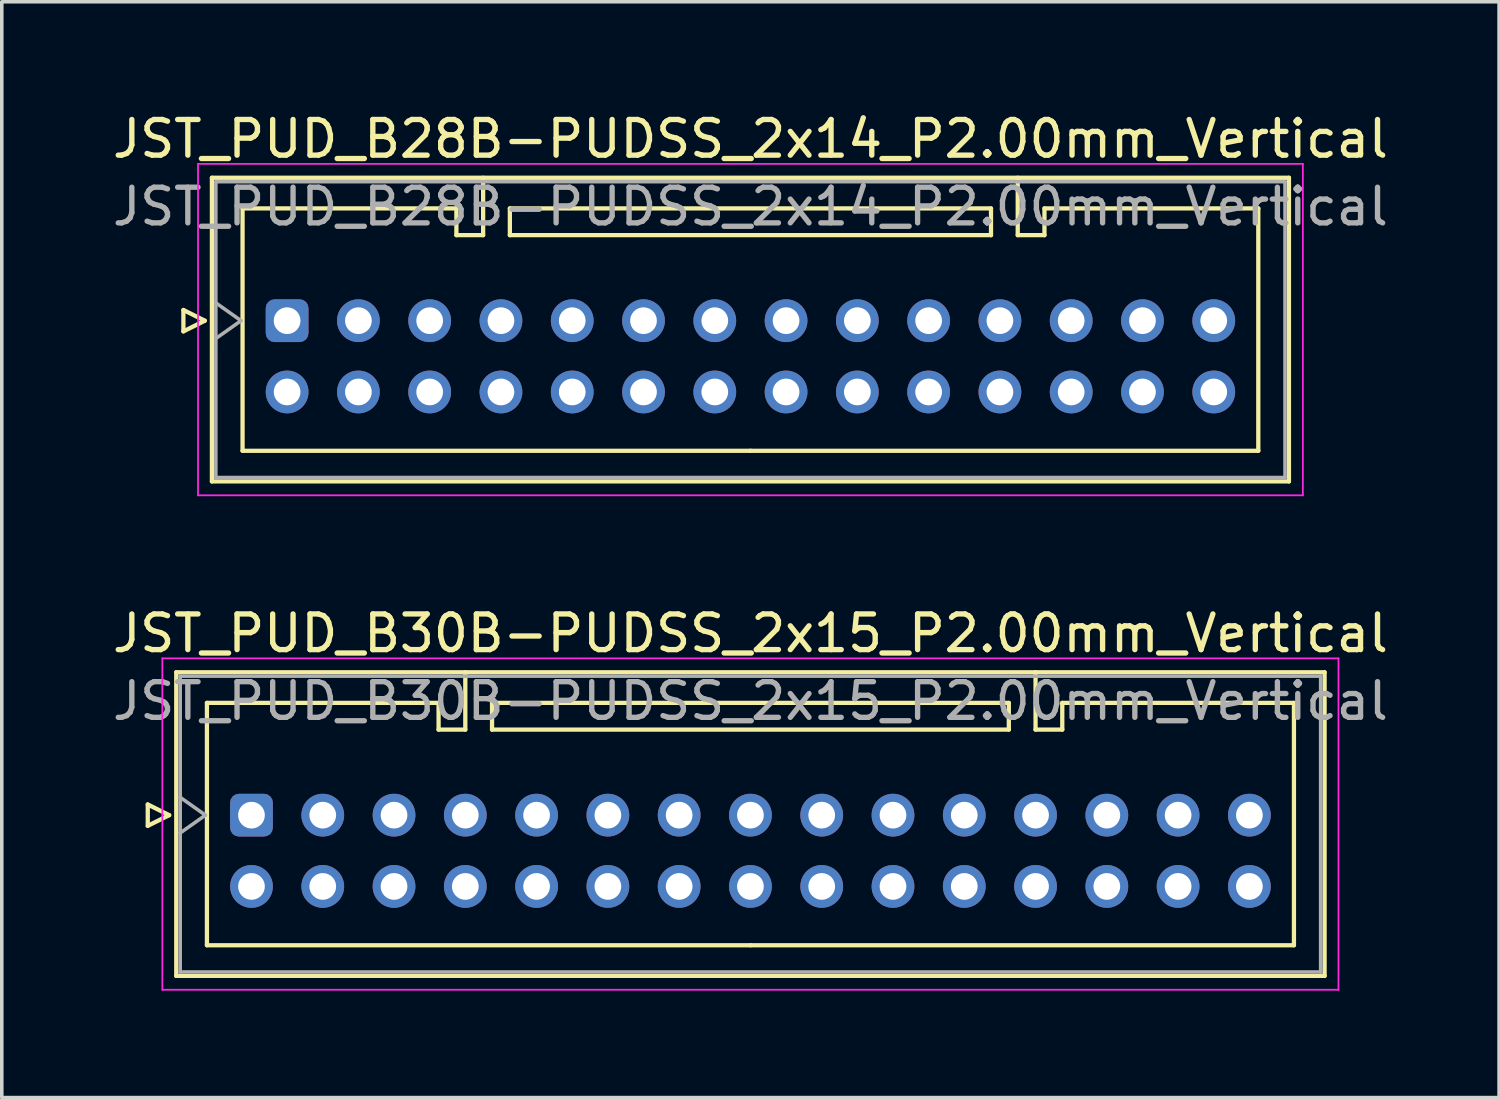
<source format=kicad_pcb>
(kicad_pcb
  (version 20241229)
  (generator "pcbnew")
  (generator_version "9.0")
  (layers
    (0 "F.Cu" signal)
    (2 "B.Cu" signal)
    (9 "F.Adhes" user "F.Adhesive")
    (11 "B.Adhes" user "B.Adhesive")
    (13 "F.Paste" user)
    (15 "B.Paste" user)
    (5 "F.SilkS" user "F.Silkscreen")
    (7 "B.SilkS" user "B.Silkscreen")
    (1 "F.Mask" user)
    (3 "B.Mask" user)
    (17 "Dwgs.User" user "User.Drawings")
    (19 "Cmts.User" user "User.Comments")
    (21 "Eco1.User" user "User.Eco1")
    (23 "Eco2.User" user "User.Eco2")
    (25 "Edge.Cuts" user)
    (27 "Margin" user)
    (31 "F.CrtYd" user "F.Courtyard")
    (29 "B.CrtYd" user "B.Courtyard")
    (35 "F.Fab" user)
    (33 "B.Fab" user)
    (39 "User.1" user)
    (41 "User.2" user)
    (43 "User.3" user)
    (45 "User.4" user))
  (footprint "JST_PUD_B30B-PUDSS_2x15_P2.00mm_Vertical"
    (layer "F.Cu")
    (at 4.006 19.822)
    (property "Reference" "JST_PUD_B30B-PUDSS_2x15_P2.00mm_Vertical" (at 14 -5.1 0) (layer "F.SilkS") (effects (font (size 1 1) (thickness 0.15))))
    (attr through_hole)
    (fp_line (start -2.91 -0.3) (end -2.31 0) (stroke (width 0.12) (type solid)) (layer "F.SilkS"))
    (fp_line (start -2.91 0.3) (end -2.91 -0.3) (stroke (width 0.12) (type solid)) (layer "F.SilkS"))
    (fp_line (start -2.31 0) (end -2.91 0.3) (stroke (width 0.12) (type solid)) (layer "F.SilkS"))
    (fp_line (start -2.11 -4.01) (end -2.11 4.51) (stroke (width 0.12) (type solid)) (layer "F.SilkS"))
    (fp_line (start -2.11 4.51) (end 30.11 4.51) (stroke (width 0.12) (type solid)) (layer "F.SilkS"))
    (fp_line (start -1.25 -3.15) (end -1.25 3.65) (stroke (width 0.12) (type solid)) (layer "F.SilkS"))
    (fp_line (start -1.25 3.65) (end 14 3.65) (stroke (width 0.12) (type solid)) (layer "F.SilkS"))
    (fp_line (start 5.25 -3.15) (end -1.25 -3.15) (stroke (width 0.12) (type solid)) (layer "F.SilkS"))
    (fp_line (start 5.25 -2.4) (end 5.25 -3.15) (stroke (width 0.12) (type solid)) (layer "F.SilkS"))
    (fp_line (start 6 -4.01) (end 6 -2.4) (stroke (width 0.12) (type solid)) (layer "F.SilkS"))
    (fp_line (start 6 -2.4) (end 5.25 -2.4) (stroke (width 0.12) (type solid)) (layer "F.SilkS"))
    (fp_line (start 6.75 -3.15) (end 6.75 -2.4) (stroke (width 0.12) (type solid)) (layer "F.SilkS"))
    (fp_line (start 6.75 -2.4) (end 21.25 -2.4) (stroke (width 0.12) (type solid)) (layer "F.SilkS"))
    (fp_line (start 21.25 -3.15) (end 6.75 -3.15) (stroke (width 0.12) (type solid)) (layer "F.SilkS"))
    (fp_line (start 21.25 -2.4) (end 21.25 -3.15) (stroke (width 0.12) (type solid)) (layer "F.SilkS"))
    (fp_line (start 22 -4.01) (end 22 -2.4) (stroke (width 0.12) (type solid)) (layer "F.SilkS"))
    (fp_line (start 22 -2.4) (end 22.75 -2.4) (stroke (width 0.12) (type solid)) (layer "F.SilkS"))
    (fp_line (start 22.75 -3.15) (end 29.25 -3.15) (stroke (width 0.12) (type solid)) (layer "F.SilkS"))
    (fp_line (start 22.75 -2.4) (end 22.75 -3.15) (stroke (width 0.12) (type solid)) (layer "F.SilkS"))
    (fp_line (start 29.25 -3.15) (end 29.25 3.65) (stroke (width 0.12) (type solid)) (layer "F.SilkS"))
    (fp_line (start 29.25 3.65) (end 14 3.65) (stroke (width 0.12) (type solid)) (layer "F.SilkS"))
    (fp_line (start 30.11 -4.01) (end -2.11 -4.01) (stroke (width 0.12) (type solid)) (layer "F.SilkS"))
    (fp_line (start 30.11 4.51) (end 30.11 -4.01) (stroke (width 0.12) (type solid)) (layer "F.SilkS"))
    (fp_line (start -2.5 -4.4) (end -2.5 4.9) (stroke (width 0.05) (type solid)) (layer "F.CrtYd"))
    (fp_line (start -2.5 4.9) (end 30.5 4.9) (stroke (width 0.05) (type solid)) (layer "F.CrtYd"))
    (fp_line (start 30.5 -4.4) (end -2.5 -4.4) (stroke (width 0.05) (type solid)) (layer "F.CrtYd"))
    (fp_line (start 30.5 4.9) (end 30.5 -4.4) (stroke (width 0.05) (type solid)) (layer "F.CrtYd"))
    (fp_line (start -2 -3.9) (end -2 4.4) (stroke (width 0.1) (type solid)) (layer "F.Fab"))
    (fp_line (start -2 0.5) (end -1.293 0) (stroke (width 0.1) (type solid)) (layer "F.Fab"))
    (fp_line (start -2 4.4) (end 30 4.4) (stroke (width 0.1) (type solid)) (layer "F.Fab"))
    (fp_line (start -1.293 0) (end -2 -0.5) (stroke (width 0.1) (type solid)) (layer "F.Fab"))
    (fp_line (start 30 -3.9) (end -2 -3.9) (stroke (width 0.1) (type solid)) (layer "F.Fab"))
    (fp_line (start 30 4.4) (end 30 -3.9) (stroke (width 0.1) (type solid)) (layer "F.Fab"))
    (fp_text user "${REFERENCE}" (at 14 -3.2 0) (layer "F.Fab") (effects (font (size 1 1) (thickness 0.15))))
    (pad "1" thru_hole roundrect (at 0 0) (size 1.2 1.2) (drill 0.75) (layers "*.Cu" "*.Mask") (roundrect_rratio 0.208))
    (pad "2" thru_hole circle (at 0 2) (size 1.2 1.2) (drill 0.75) (layers "*.Cu" "*.Mask"))
    (pad "3" thru_hole circle (at 2 0) (size 1.2 1.2) (drill 0.75) (layers "*.Cu" "*.Mask"))
    (pad "4" thru_hole circle (at 2 2) (size 1.2 1.2) (drill 0.75) (layers "*.Cu" "*.Mask"))
    (pad "5" thru_hole circle (at 4 0) (size 1.2 1.2) (drill 0.75) (layers "*.Cu" "*.Mask"))
    (pad "6" thru_hole circle (at 4 2) (size 1.2 1.2) (drill 0.75) (layers "*.Cu" "*.Mask"))
    (pad "7" thru_hole circle (at 6 0) (size 1.2 1.2) (drill 0.75) (layers "*.Cu" "*.Mask"))
    (pad "8" thru_hole circle (at 6 2) (size 1.2 1.2) (drill 0.75) (layers "*.Cu" "*.Mask"))
    (pad "9" thru_hole circle (at 8 0) (size 1.2 1.2) (drill 0.75) (layers "*.Cu" "*.Mask"))
    (pad "10" thru_hole circle (at 8 2) (size 1.2 1.2) (drill 0.75) (layers "*.Cu" "*.Mask"))
    (pad "11" thru_hole circle (at 10 0) (size 1.2 1.2) (drill 0.75) (layers "*.Cu" "*.Mask"))
    (pad "12" thru_hole circle (at 10 2) (size 1.2 1.2) (drill 0.75) (layers "*.Cu" "*.Mask"))
    (pad "13" thru_hole circle (at 12 0) (size 1.2 1.2) (drill 0.75) (layers "*.Cu" "*.Mask"))
    (pad "14" thru_hole circle (at 12 2) (size 1.2 1.2) (drill 0.75) (layers "*.Cu" "*.Mask"))
    (pad "15" thru_hole circle (at 14 0) (size 1.2 1.2) (drill 0.75) (layers "*.Cu" "*.Mask"))
    (pad "16" thru_hole circle (at 14 2) (size 1.2 1.2) (drill 0.75) (layers "*.Cu" "*.Mask"))
    (pad "17" thru_hole circle (at 16 0) (size 1.2 1.2) (drill 0.75) (layers "*.Cu" "*.Mask"))
    (pad "18" thru_hole circle (at 16 2) (size 1.2 1.2) (drill 0.75) (layers "*.Cu" "*.Mask"))
    (pad "19" thru_hole circle (at 18 0) (size 1.2 1.2) (drill 0.75) (layers "*.Cu" "*.Mask"))
    (pad "20" thru_hole circle (at 18 2) (size 1.2 1.2) (drill 0.75) (layers "*.Cu" "*.Mask"))
    (pad "21" thru_hole circle (at 20 0) (size 1.2 1.2) (drill 0.75) (layers "*.Cu" "*.Mask"))
    (pad "22" thru_hole circle (at 20 2) (size 1.2 1.2) (drill 0.75) (layers "*.Cu" "*.Mask"))
    (pad "23" thru_hole circle (at 22 0) (size 1.2 1.2) (drill 0.75) (layers "*.Cu" "*.Mask"))
    (pad "24" thru_hole circle (at 22 2) (size 1.2 1.2) (drill 0.75) (layers "*.Cu" "*.Mask"))
    (pad "25" thru_hole circle (at 24 0) (size 1.2 1.2) (drill 0.75) (layers "*.Cu" "*.Mask"))
    (pad "26" thru_hole circle (at 24 2) (size 1.2 1.2) (drill 0.75) (layers "*.Cu" "*.Mask"))
    (pad "27" thru_hole circle (at 26 0) (size 1.2 1.2) (drill 0.75) (layers "*.Cu" "*.Mask"))
    (pad "28" thru_hole circle (at 26 2) (size 1.2 1.2) (drill 0.75) (layers "*.Cu" "*.Mask"))
    (pad "29" thru_hole circle (at 28 0) (size 1.2 1.2) (drill 0.75) (layers "*.Cu" "*.Mask"))
    (pad "30" thru_hole circle (at 28 2) (size 1.2 1.2) (drill 0.75) (layers "*.Cu" "*.Mask")))
  (footprint "JST_PUD_B28B-PUDSS_2x14_P2.00mm_Vertical"
    (layer "F.Cu")
    (at 5.006 5.948)
    (property "Reference" "JST_PUD_B28B-PUDSS_2x14_P2.00mm_Vertical" (at 13 -5.1 0) (layer "F.SilkS") (effects (font (size 1 1) (thickness 0.15))))
    (attr through_hole)
    (fp_line (start -2.91 -0.3) (end -2.31 0) (stroke (width 0.12) (type solid)) (layer "F.SilkS"))
    (fp_line (start -2.91 0.3) (end -2.91 -0.3) (stroke (width 0.12) (type solid)) (layer "F.SilkS"))
    (fp_line (start -2.31 0) (end -2.91 0.3) (stroke (width 0.12) (type solid)) (layer "F.SilkS"))
    (fp_line (start -2.11 -4.01) (end -2.11 4.51) (stroke (width 0.12) (type solid)) (layer "F.SilkS"))
    (fp_line (start -2.11 4.51) (end 28.11 4.51) (stroke (width 0.12) (type solid)) (layer "F.SilkS"))
    (fp_line (start -1.25 -3.15) (end -1.25 3.65) (stroke (width 0.12) (type solid)) (layer "F.SilkS"))
    (fp_line (start -1.25 3.65) (end 13 3.65) (stroke (width 0.12) (type solid)) (layer "F.SilkS"))
    (fp_line (start 4.75 -3.15) (end -1.25 -3.15) (stroke (width 0.12) (type solid)) (layer "F.SilkS"))
    (fp_line (start 4.75 -2.4) (end 4.75 -3.15) (stroke (width 0.12) (type solid)) (layer "F.SilkS"))
    (fp_line (start 5.5 -4.01) (end 5.5 -2.4) (stroke (width 0.12) (type solid)) (layer "F.SilkS"))
    (fp_line (start 5.5 -2.4) (end 4.75 -2.4) (stroke (width 0.12) (type solid)) (layer "F.SilkS"))
    (fp_line (start 6.25 -3.15) (end 6.25 -2.4) (stroke (width 0.12) (type solid)) (layer "F.SilkS"))
    (fp_line (start 6.25 -2.4) (end 19.75 -2.4) (stroke (width 0.12) (type solid)) (layer "F.SilkS"))
    (fp_line (start 19.75 -3.15) (end 6.25 -3.15) (stroke (width 0.12) (type solid)) (layer "F.SilkS"))
    (fp_line (start 19.75 -2.4) (end 19.75 -3.15) (stroke (width 0.12) (type solid)) (layer "F.SilkS"))
    (fp_line (start 20.5 -4.01) (end 20.5 -2.4) (stroke (width 0.12) (type solid)) (layer "F.SilkS"))
    (fp_line (start 20.5 -2.4) (end 21.25 -2.4) (stroke (width 0.12) (type solid)) (layer "F.SilkS"))
    (fp_line (start 21.25 -3.15) (end 27.25 -3.15) (stroke (width 0.12) (type solid)) (layer "F.SilkS"))
    (fp_line (start 21.25 -2.4) (end 21.25 -3.15) (stroke (width 0.12) (type solid)) (layer "F.SilkS"))
    (fp_line (start 27.25 -3.15) (end 27.25 3.65) (stroke (width 0.12) (type solid)) (layer "F.SilkS"))
    (fp_line (start 27.25 3.65) (end 13 3.65) (stroke (width 0.12) (type solid)) (layer "F.SilkS"))
    (fp_line (start 28.11 -4.01) (end -2.11 -4.01) (stroke (width 0.12) (type solid)) (layer "F.SilkS"))
    (fp_line (start 28.11 4.51) (end 28.11 -4.01) (stroke (width 0.12) (type solid)) (layer "F.SilkS"))
    (fp_line (start -2.5 -4.4) (end -2.5 4.9) (stroke (width 0.05) (type solid)) (layer "F.CrtYd"))
    (fp_line (start -2.5 4.9) (end 28.5 4.9) (stroke (width 0.05) (type solid)) (layer "F.CrtYd"))
    (fp_line (start 28.5 -4.4) (end -2.5 -4.4) (stroke (width 0.05) (type solid)) (layer "F.CrtYd"))
    (fp_line (start 28.5 4.9) (end 28.5 -4.4) (stroke (width 0.05) (type solid)) (layer "F.CrtYd"))
    (fp_line (start -2 -3.9) (end -2 4.4) (stroke (width 0.1) (type solid)) (layer "F.Fab"))
    (fp_line (start -2 0.5) (end -1.293 0) (stroke (width 0.1) (type solid)) (layer "F.Fab"))
    (fp_line (start -2 4.4) (end 28 4.4) (stroke (width 0.1) (type solid)) (layer "F.Fab"))
    (fp_line (start -1.293 0) (end -2 -0.5) (stroke (width 0.1) (type solid)) (layer "F.Fab"))
    (fp_line (start 28 -3.9) (end -2 -3.9) (stroke (width 0.1) (type solid)) (layer "F.Fab"))
    (fp_line (start 28 4.4) (end 28 -3.9) (stroke (width 0.1) (type solid)) (layer "F.Fab"))
    (fp_text user "${REFERENCE}" (at 13 -3.2 0) (layer "F.Fab") (effects (font (size 1 1) (thickness 0.15))))
    (pad "1" thru_hole roundrect (at 0 0) (size 1.2 1.2) (drill 0.75) (layers "*.Cu" "*.Mask") (roundrect_rratio 0.208))
    (pad "2" thru_hole circle (at 0 2) (size 1.2 1.2) (drill 0.75) (layers "*.Cu" "*.Mask"))
    (pad "3" thru_hole circle (at 2 0) (size 1.2 1.2) (drill 0.75) (layers "*.Cu" "*.Mask"))
    (pad "4" thru_hole circle (at 2 2) (size 1.2 1.2) (drill 0.75) (layers "*.Cu" "*.Mask"))
    (pad "5" thru_hole circle (at 4 0) (size 1.2 1.2) (drill 0.75) (layers "*.Cu" "*.Mask"))
    (pad "6" thru_hole circle (at 4 2) (size 1.2 1.2) (drill 0.75) (layers "*.Cu" "*.Mask"))
    (pad "7" thru_hole circle (at 6 0) (size 1.2 1.2) (drill 0.75) (layers "*.Cu" "*.Mask"))
    (pad "8" thru_hole circle (at 6 2) (size 1.2 1.2) (drill 0.75) (layers "*.Cu" "*.Mask"))
    (pad "9" thru_hole circle (at 8 0) (size 1.2 1.2) (drill 0.75) (layers "*.Cu" "*.Mask"))
    (pad "10" thru_hole circle (at 8 2) (size 1.2 1.2) (drill 0.75) (layers "*.Cu" "*.Mask"))
    (pad "11" thru_hole circle (at 10 0) (size 1.2 1.2) (drill 0.75) (layers "*.Cu" "*.Mask"))
    (pad "12" thru_hole circle (at 10 2) (size 1.2 1.2) (drill 0.75) (layers "*.Cu" "*.Mask"))
    (pad "13" thru_hole circle (at 12 0) (size 1.2 1.2) (drill 0.75) (layers "*.Cu" "*.Mask"))
    (pad "14" thru_hole circle (at 12 2) (size 1.2 1.2) (drill 0.75) (layers "*.Cu" "*.Mask"))
    (pad "15" thru_hole circle (at 14 0) (size 1.2 1.2) (drill 0.75) (layers "*.Cu" "*.Mask"))
    (pad "16" thru_hole circle (at 14 2) (size 1.2 1.2) (drill 0.75) (layers "*.Cu" "*.Mask"))
    (pad "17" thru_hole circle (at 16 0) (size 1.2 1.2) (drill 0.75) (layers "*.Cu" "*.Mask"))
    (pad "18" thru_hole circle (at 16 2) (size 1.2 1.2) (drill 0.75) (layers "*.Cu" "*.Mask"))
    (pad "19" thru_hole circle (at 18 0) (size 1.2 1.2) (drill 0.75) (layers "*.Cu" "*.Mask"))
    (pad "20" thru_hole circle (at 18 2) (size 1.2 1.2) (drill 0.75) (layers "*.Cu" "*.Mask"))
    (pad "21" thru_hole circle (at 20 0) (size 1.2 1.2) (drill 0.75) (layers "*.Cu" "*.Mask"))
    (pad "22" thru_hole circle (at 20 2) (size 1.2 1.2) (drill 0.75) (layers "*.Cu" "*.Mask"))
    (pad "23" thru_hole circle (at 22 0) (size 1.2 1.2) (drill 0.75) (layers "*.Cu" "*.Mask"))
    (pad "24" thru_hole circle (at 22 2) (size 1.2 1.2) (drill 0.75) (layers "*.Cu" "*.Mask"))
    (pad "25" thru_hole circle (at 24 0) (size 1.2 1.2) (drill 0.75) (layers "*.Cu" "*.Mask"))
    (pad "26" thru_hole circle (at 24 2) (size 1.2 1.2) (drill 0.75) (layers "*.Cu" "*.Mask"))
    (pad "27" thru_hole circle (at 26 0) (size 1.2 1.2) (drill 0.75) (layers "*.Cu" "*.Mask"))
    (pad "28" thru_hole circle (at 26 2) (size 1.2 1.2) (drill 0.75) (layers "*.Cu" "*.Mask")))
  (gr_rect
    (start -3 -3)
    (end 39.012 27.747)
    (stroke (width 0.1) (type default))
    (fill no)
    (layer "Edge.Cuts")))
</source>
